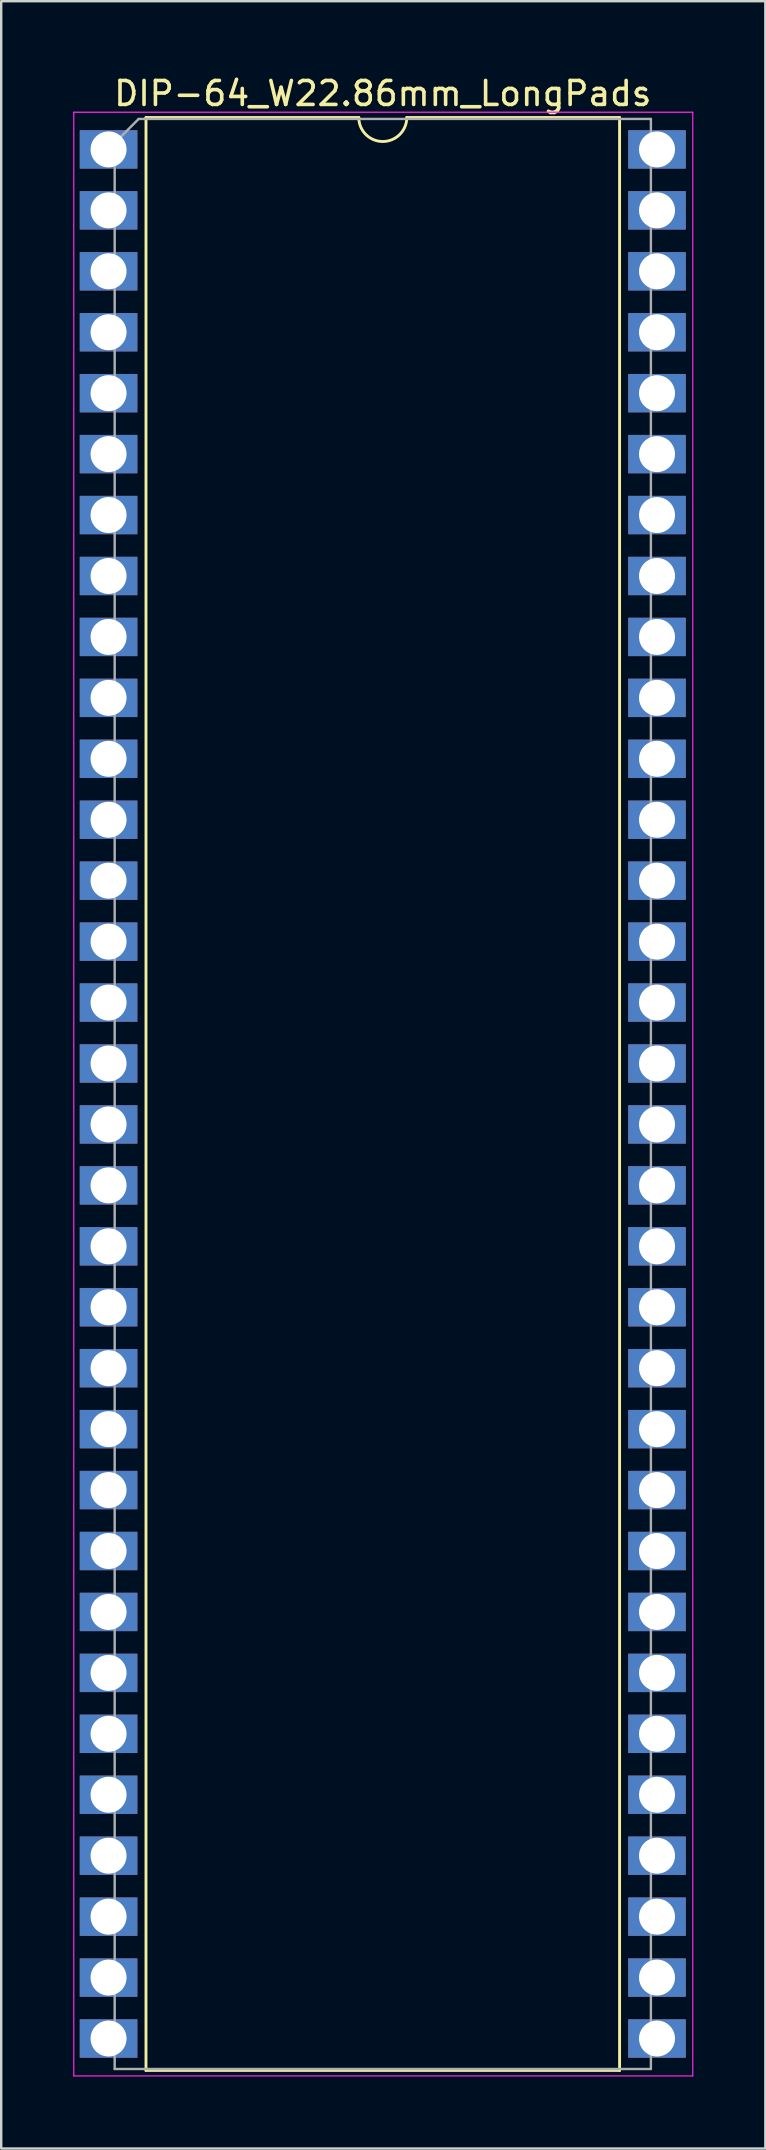
<source format=kicad_pcb>
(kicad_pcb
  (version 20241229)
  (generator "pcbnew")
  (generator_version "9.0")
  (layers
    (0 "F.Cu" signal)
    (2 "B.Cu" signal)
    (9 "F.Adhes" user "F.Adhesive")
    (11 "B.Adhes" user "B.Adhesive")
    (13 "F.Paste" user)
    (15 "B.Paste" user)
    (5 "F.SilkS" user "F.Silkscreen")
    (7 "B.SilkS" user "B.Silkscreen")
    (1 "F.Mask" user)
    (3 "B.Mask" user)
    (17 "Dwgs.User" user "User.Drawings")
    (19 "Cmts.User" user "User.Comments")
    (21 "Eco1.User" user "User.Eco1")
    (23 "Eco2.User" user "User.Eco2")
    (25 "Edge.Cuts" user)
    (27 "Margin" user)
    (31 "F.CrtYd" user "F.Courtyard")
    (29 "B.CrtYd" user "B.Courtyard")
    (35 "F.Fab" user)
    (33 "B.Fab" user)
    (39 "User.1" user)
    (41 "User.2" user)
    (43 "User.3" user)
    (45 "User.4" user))
  (footprint "DIP-64_W22.86mm_LongPads"
    (layer "F.Cu")
    (at 1.475 3.178)
    (property "Reference" "DIP-64_W22.86mm_LongPads" (at 11.43 -2.33 0) (layer "F.SilkS") (effects (font (size 1 1) (thickness 0.15))))
    (attr through_hole)
    (fp_line (start 1.56 -1.33) (end 1.56 80.07) (stroke (width 0.12) (type solid)) (layer "F.SilkS"))
    (fp_line (start 1.56 80.07) (end 21.3 80.07) (stroke (width 0.12) (type solid)) (layer "F.SilkS"))
    (fp_line (start 10.43 -1.33) (end 1.56 -1.33) (stroke (width 0.12) (type solid)) (layer "F.SilkS"))
    (fp_line (start 21.3 -1.33) (end 12.43 -1.33) (stroke (width 0.12) (type solid)) (layer "F.SilkS"))
    (fp_line (start 21.3 80.07) (end 21.3 -1.33) (stroke (width 0.12) (type solid)) (layer "F.SilkS"))
    (fp_arc (start 12.43 -1.33) (mid 11.43 -0.33) (end 10.43 -1.33) (stroke (width 0.12) (type solid)) (layer "F.SilkS"))
    (fp_line (start -1.45 -1.55) (end -1.45 80.3) (stroke (width 0.05) (type solid)) (layer "F.CrtYd"))
    (fp_line (start -1.45 80.3) (end 24.35 80.3) (stroke (width 0.05) (type solid)) (layer "F.CrtYd"))
    (fp_line (start 24.35 -1.55) (end -1.45 -1.55) (stroke (width 0.05) (type solid)) (layer "F.CrtYd"))
    (fp_line (start 24.35 80.3) (end 24.35 -1.55) (stroke (width 0.05) (type solid)) (layer "F.CrtYd"))
    (fp_line (start 0.255 -0.27) (end 1.255 -1.27) (stroke (width 0.1) (type solid)) (layer "F.Fab"))
    (fp_line (start 0.255 80.01) (end 0.255 -0.27) (stroke (width 0.1) (type solid)) (layer "F.Fab"))
    (fp_line (start 1.255 -1.27) (end 22.605 -1.27) (stroke (width 0.1) (type solid)) (layer "F.Fab"))
    (fp_line (start 22.605 -1.27) (end 22.605 80.01) (stroke (width 0.1) (type solid)) (layer "F.Fab"))
    (fp_line (start 22.605 80.01) (end 0.255 80.01) (stroke (width 0.1) (type solid)) (layer "F.Fab"))
    (pad "1" thru_hole rect (at 0 0) (size 2.4 1.6) (drill 1.5) (layers "*.Cu" "*.Mask"))
    (pad "2" thru_hole rect (at 0 2.54) (size 2.4 1.6) (drill 1.5) (layers "*.Cu" "*.Mask"))
    (pad "3" thru_hole rect (at 0 5.08) (size 2.4 1.6) (drill 1.5) (layers "*.Cu" "*.Mask"))
    (pad "4" thru_hole rect (at 0 7.62) (size 2.4 1.6) (drill 1.5) (layers "*.Cu" "*.Mask"))
    (pad "5" thru_hole rect (at 0 10.16) (size 2.4 1.6) (drill 1.5) (layers "*.Cu" "*.Mask"))
    (pad "6" thru_hole rect (at 0 12.7) (size 2.4 1.6) (drill 1.5) (layers "*.Cu" "*.Mask"))
    (pad "7" thru_hole rect (at 0 15.24) (size 2.4 1.6) (drill 1.5) (layers "*.Cu" "*.Mask"))
    (pad "8" thru_hole rect (at 0 17.78) (size 2.4 1.6) (drill 1.5) (layers "*.Cu" "*.Mask"))
    (pad "9" thru_hole rect (at 0 20.32) (size 2.4 1.6) (drill 1.5) (layers "*.Cu" "*.Mask"))
    (pad "10" thru_hole rect (at 0 22.86) (size 2.4 1.6) (drill 1.5) (layers "*.Cu" "*.Mask"))
    (pad "11" thru_hole rect (at 0 25.4) (size 2.4 1.6) (drill 1.5) (layers "*.Cu" "*.Mask"))
    (pad "12" thru_hole rect (at 0 27.94) (size 2.4 1.6) (drill 1.5) (layers "*.Cu" "*.Mask"))
    (pad "13" thru_hole rect (at 0 30.48) (size 2.4 1.6) (drill 1.5) (layers "*.Cu" "*.Mask"))
    (pad "14" thru_hole rect (at 0 33.02) (size 2.4 1.6) (drill 1.5) (layers "*.Cu" "*.Mask"))
    (pad "15" thru_hole rect (at 0 35.56) (size 2.4 1.6) (drill 1.5) (layers "*.Cu" "*.Mask"))
    (pad "16" thru_hole rect (at 0 38.1) (size 2.4 1.6) (drill 1.5) (layers "*.Cu" "*.Mask"))
    (pad "17" thru_hole rect (at 0 40.64) (size 2.4 1.6) (drill 1.5) (layers "*.Cu" "*.Mask"))
    (pad "18" thru_hole rect (at 0 43.18) (size 2.4 1.6) (drill 1.5) (layers "*.Cu" "*.Mask"))
    (pad "19" thru_hole rect (at 0 45.72) (size 2.4 1.6) (drill 1.5) (layers "*.Cu" "*.Mask"))
    (pad "20" thru_hole rect (at 0 48.26) (size 2.4 1.6) (drill 1.5) (layers "*.Cu" "*.Mask"))
    (pad "21" thru_hole rect (at 0 50.8) (size 2.4 1.6) (drill 1.5) (layers "*.Cu" "*.Mask"))
    (pad "22" thru_hole rect (at 0 53.34) (size 2.4 1.6) (drill 1.5) (layers "*.Cu" "*.Mask"))
    (pad "23" thru_hole rect (at 0 55.88) (size 2.4 1.6) (drill 1.5) (layers "*.Cu" "*.Mask"))
    (pad "24" thru_hole rect (at 0 58.42) (size 2.4 1.6) (drill 1.5) (layers "*.Cu" "*.Mask"))
    (pad "25" thru_hole rect (at 0 60.96) (size 2.4 1.6) (drill 1.5) (layers "*.Cu" "*.Mask"))
    (pad "26" thru_hole rect (at 0 63.5) (size 2.4 1.6) (drill 1.5) (layers "*.Cu" "*.Mask"))
    (pad "27" thru_hole rect (at 0 66.04) (size 2.4 1.6) (drill 1.5) (layers "*.Cu" "*.Mask"))
    (pad "28" thru_hole rect (at 0 68.58) (size 2.4 1.6) (drill 1.5) (layers "*.Cu" "*.Mask"))
    (pad "29" thru_hole rect (at 0 71.12) (size 2.4 1.6) (drill 1.5) (layers "*.Cu" "*.Mask"))
    (pad "30" thru_hole rect (at 0 73.66) (size 2.4 1.6) (drill 1.5) (layers "*.Cu" "*.Mask"))
    (pad "31" thru_hole rect (at 0 76.2) (size 2.4 1.6) (drill 1.5) (layers "*.Cu" "*.Mask"))
    (pad "32" thru_hole rect (at 0 78.74) (size 2.4 1.6) (drill 1.5) (layers "*.Cu" "*.Mask"))
    (pad "33" thru_hole rect (at 22.86 78.74) (size 2.4 1.6) (drill 1.5) (layers "*.Cu" "*.Mask"))
    (pad "34" thru_hole rect (at 22.86 76.2) (size 2.4 1.6) (drill 1.5) (layers "*.Cu" "*.Mask"))
    (pad "35" thru_hole rect (at 22.86 73.66) (size 2.4 1.6) (drill 1.5) (layers "*.Cu" "*.Mask"))
    (pad "36" thru_hole rect (at 22.86 71.12) (size 2.4 1.6) (drill 1.5) (layers "*.Cu" "*.Mask"))
    (pad "37" thru_hole rect (at 22.86 68.58) (size 2.4 1.6) (drill 1.5) (layers "*.Cu" "*.Mask"))
    (pad "38" thru_hole rect (at 22.86 66.04) (size 2.4 1.6) (drill 1.5) (layers "*.Cu" "*.Mask"))
    (pad "39" thru_hole rect (at 22.86 63.5) (size 2.4 1.6) (drill 1.5) (layers "*.Cu" "*.Mask"))
    (pad "40" thru_hole rect (at 22.86 60.96) (size 2.4 1.6) (drill 1.5) (layers "*.Cu" "*.Mask"))
    (pad "41" thru_hole rect (at 22.86 58.42) (size 2.4 1.6) (drill 1.5) (layers "*.Cu" "*.Mask"))
    (pad "42" thru_hole rect (at 22.86 55.88) (size 2.4 1.6) (drill 1.5) (layers "*.Cu" "*.Mask"))
    (pad "43" thru_hole rect (at 22.86 53.34) (size 2.4 1.6) (drill 1.5) (layers "*.Cu" "*.Mask"))
    (pad "44" thru_hole rect (at 22.86 50.8) (size 2.4 1.6) (drill 1.5) (layers "*.Cu" "*.Mask"))
    (pad "45" thru_hole rect (at 22.86 48.26) (size 2.4 1.6) (drill 1.5) (layers "*.Cu" "*.Mask"))
    (pad "46" thru_hole rect (at 22.86 45.72) (size 2.4 1.6) (drill 1.5) (layers "*.Cu" "*.Mask"))
    (pad "47" thru_hole rect (at 22.86 43.18) (size 2.4 1.6) (drill 1.5) (layers "*.Cu" "*.Mask"))
    (pad "48" thru_hole rect (at 22.86 40.64) (size 2.4 1.6) (drill 1.5) (layers "*.Cu" "*.Mask"))
    (pad "49" thru_hole rect (at 22.86 38.1) (size 2.4 1.6) (drill 1.5) (layers "*.Cu" "*.Mask"))
    (pad "50" thru_hole rect (at 22.86 35.56) (size 2.4 1.6) (drill 1.5) (layers "*.Cu" "*.Mask"))
    (pad "51" thru_hole rect (at 22.86 33.02) (size 2.4 1.6) (drill 1.5) (layers "*.Cu" "*.Mask"))
    (pad "52" thru_hole rect (at 22.86 30.48) (size 2.4 1.6) (drill 1.5) (layers "*.Cu" "*.Mask"))
    (pad "53" thru_hole rect (at 22.86 27.94) (size 2.4 1.6) (drill 1.5) (layers "*.Cu" "*.Mask"))
    (pad "54" thru_hole rect (at 22.86 25.4) (size 2.4 1.6) (drill 1.5) (layers "*.Cu" "*.Mask"))
    (pad "55" thru_hole rect (at 22.86 22.86) (size 2.4 1.6) (drill 1.5) (layers "*.Cu" "*.Mask"))
    (pad "56" thru_hole rect (at 22.86 20.32) (size 2.4 1.6) (drill 1.5) (layers "*.Cu" "*.Mask"))
    (pad "57" thru_hole rect (at 22.86 17.78) (size 2.4 1.6) (drill 1.5) (layers "*.Cu" "*.Mask"))
    (pad "58" thru_hole rect (at 22.86 15.24) (size 2.4 1.6) (drill 1.5) (layers "*.Cu" "*.Mask"))
    (pad "59" thru_hole rect (at 22.86 12.7) (size 2.4 1.6) (drill 1.5) (layers "*.Cu" "*.Mask"))
    (pad "60" thru_hole rect (at 22.86 10.16) (size 2.4 1.6) (drill 1.5) (layers "*.Cu" "*.Mask"))
    (pad "61" thru_hole rect (at 22.86 7.62) (size 2.4 1.6) (drill 1.5) (layers "*.Cu" "*.Mask"))
    (pad "62" thru_hole rect (at 22.86 5.08) (size 2.4 1.6) (drill 1.5) (layers "*.Cu" "*.Mask"))
    (pad "63" thru_hole rect (at 22.86 2.54) (size 2.4 1.6) (drill 1.5) (layers "*.Cu" "*.Mask"))
    (pad "64" thru_hole rect (at 22.86 0) (size 2.4 1.6) (drill 1.5) (layers "*.Cu" "*.Mask")))
  (gr_rect
    (start -3 -3)
    (end 28.85 86.503)
    (stroke (width 0.1) (type default))
    (fill no)
    (layer "Edge.Cuts")))
</source>
